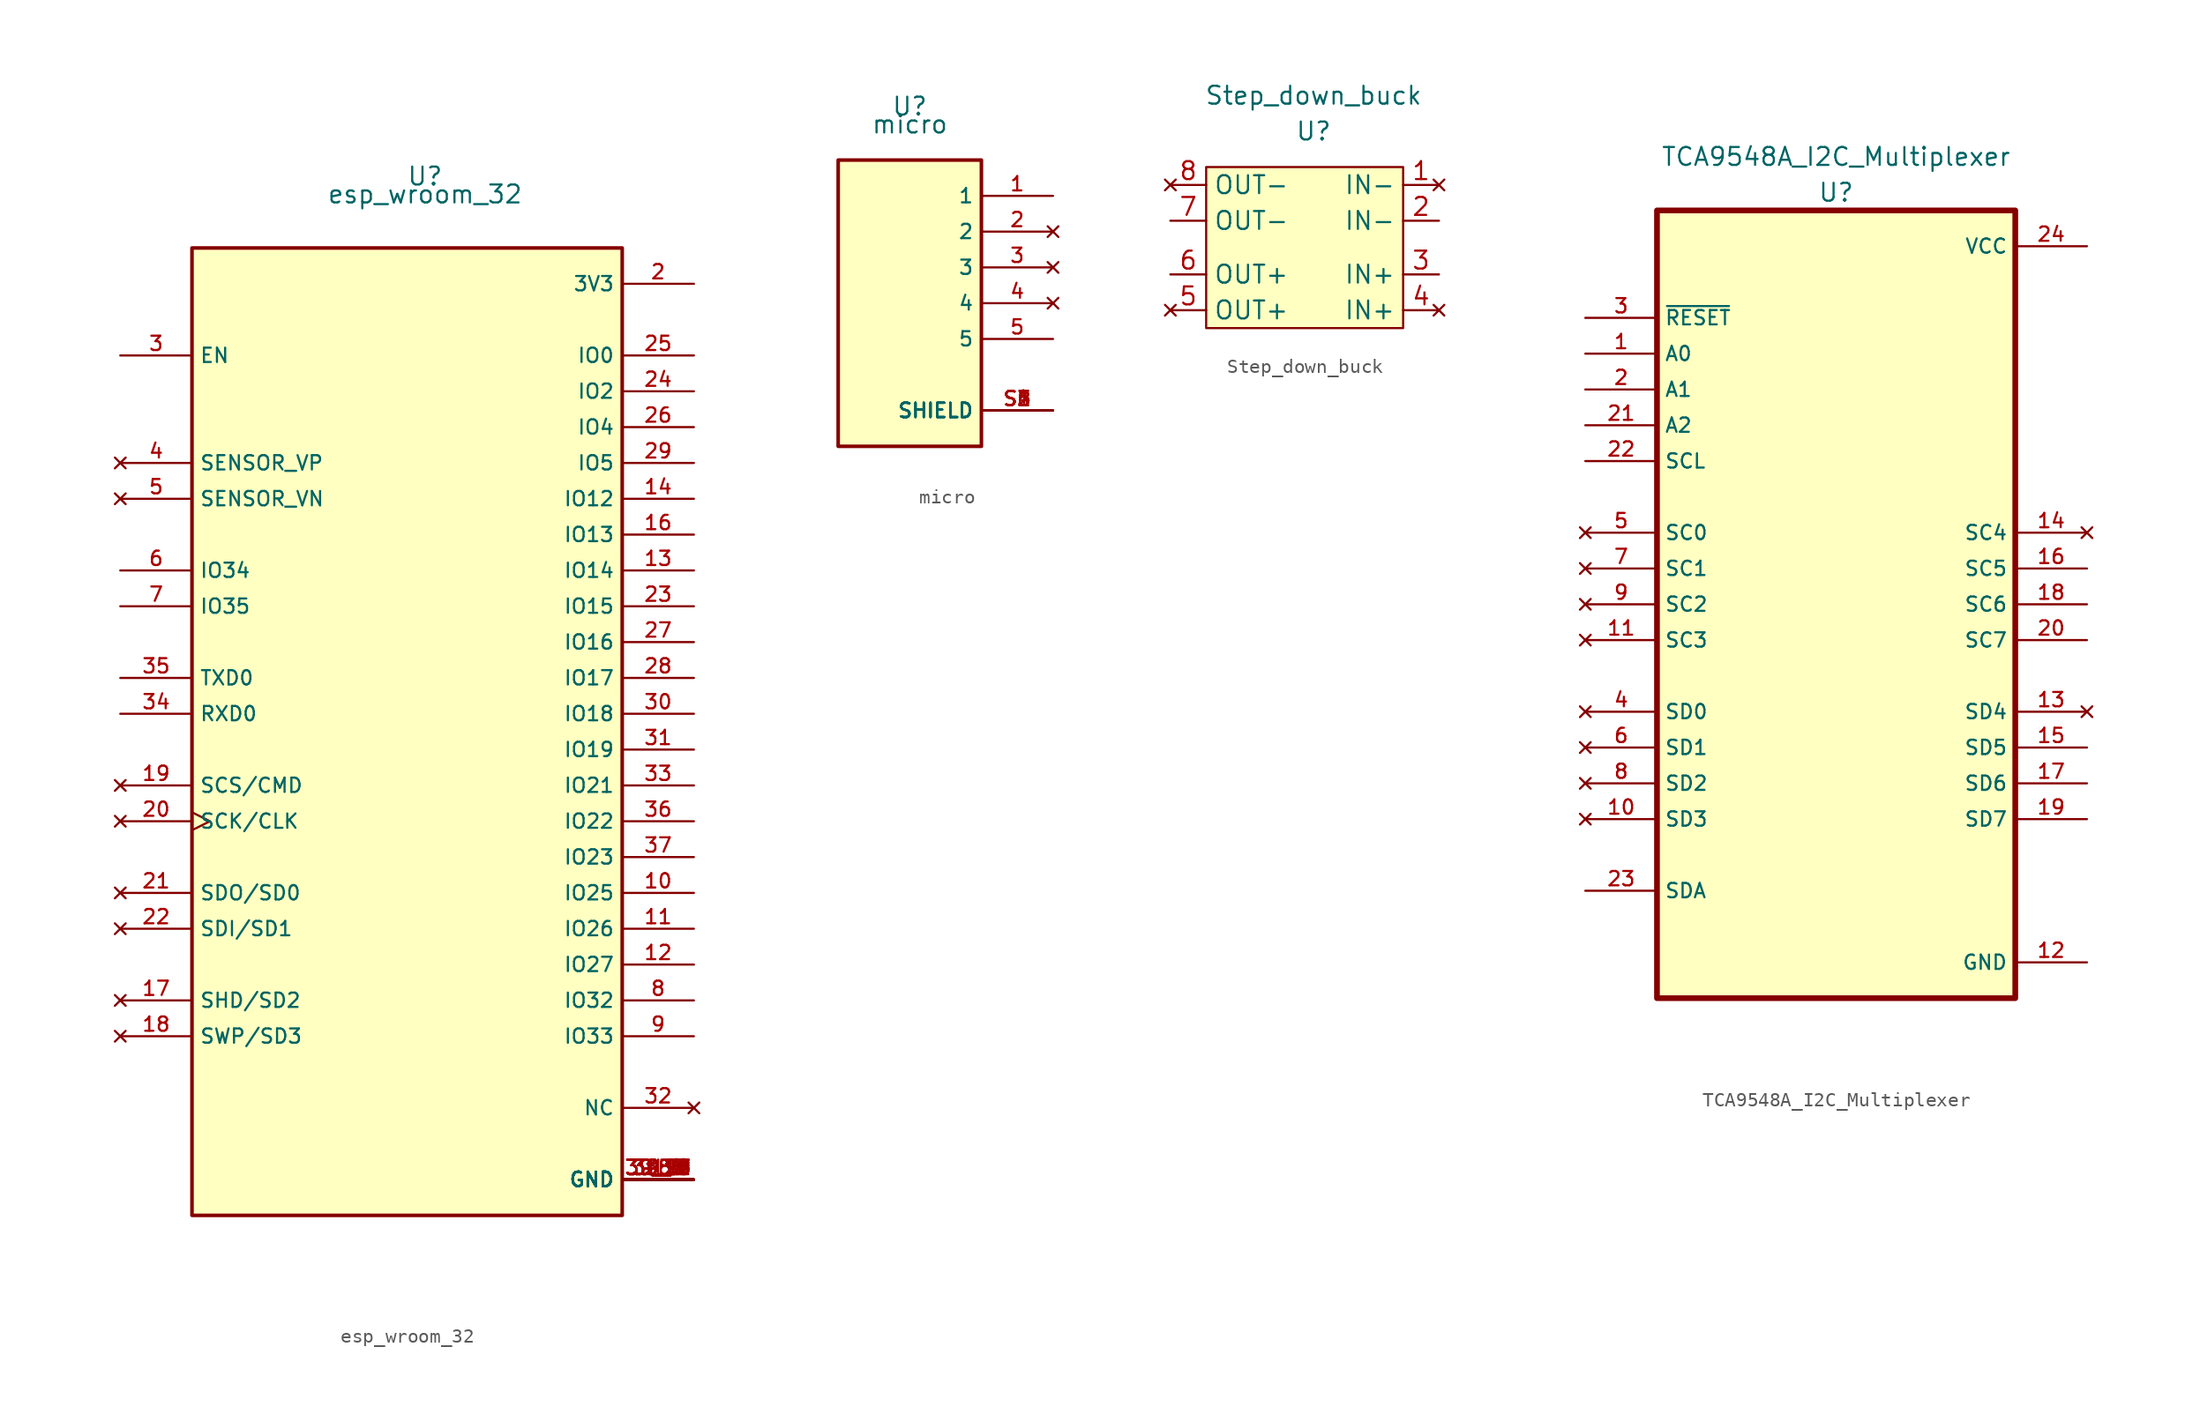
<source format=kicad_sym>
(kicad_symbol_lib
  (version 20211014)
  (generator kicad_symbol_editor)
  (symbol "esp_wroom_32"
    (property "Reference" "U"
      (at 0 1.27 0)
      (effects (font (size 1.27 1.27))))
    (property "Value" "esp_wroom_32"
      (at 0 0 0)
      (effects (font (size 1.27 1.27))))
    (symbol "esp_wroom_32_0_0"
      (rectangle (start -16.51 -72.39) (end 13.97 -3.81) (stroke (width 0.254) (type default) (color 0 0 0 0)) (fill (type background)))
      (pin power_in line (at 19.05 -69.85 180) (length 5.08) (name "GND" (effects (font (size 1.016 1.016)))) (number "1" (effects (font (size 1.016 1.016)))))
      (pin bidirectional line (at 19.05 -49.53 180) (length 5.08) (name "IO25" (effects (font (size 1.016 1.016)))) (number "10" (effects (font (size 1.016 1.016)))))
      (pin bidirectional line (at 19.05 -52.07 180) (length 5.08) (name "IO26" (effects (font (size 1.016 1.016)))) (number "11" (effects (font (size 1.016 1.016)))))
      (pin bidirectional line (at 19.05 -54.61 180) (length 5.08) (name "IO27" (effects (font (size 1.016 1.016)))) (number "12" (effects (font (size 1.016 1.016)))))
      (pin bidirectional line (at 19.05 -26.67 180) (length 5.08) (name "IO14" (effects (font (size 1.016 1.016)))) (number "13" (effects (font (size 1.016 1.016)))))
      (pin bidirectional line (at 19.05 -21.59 180) (length 5.08) (name "IO12" (effects (font (size 1.016 1.016)))) (number "14" (effects (font (size 1.016 1.016)))))
      (pin power_in line (at 19.05 -69.85 180) (length 5.08) (name "GND" (effects (font (size 1.016 1.016)))) (number "15" (effects (font (size 1.016 1.016)))))
      (pin bidirectional line (at 19.05 -24.13 180) (length 5.08) (name "IO13" (effects (font (size 1.016 1.016)))) (number "16" (effects (font (size 1.016 1.016)))))
      (pin no_connect line (at -21.59 -57.15 0) (length 5.08) (name "SHD/SD2" (effects (font (size 1.016 1.016)))) (number "17" (effects (font (size 1.016 1.016)))))
      (pin no_connect line (at -21.59 -59.69 0) (length 5.08) (name "SWP/SD3" (effects (font (size 1.016 1.016)))) (number "18" (effects (font (size 1.016 1.016)))))
      (pin no_connect line (at -21.59 -41.91 0) (length 5.08) (name "SCS/CMD" (effects (font (size 1.016 1.016)))) (number "19" (effects (font (size 1.016 1.016)))))
      (pin power_in line (at 19.05 -6.35 180) (length 5.08) (name "3V3" (effects (font (size 1.016 1.016)))) (number "2" (effects (font (size 1.016 1.016)))))
      (pin no_connect clock (at -21.59 -44.45 0) (length 5.08) (name "SCK/CLK" (effects (font (size 1.016 1.016)))) (number "20" (effects (font (size 1.016 1.016)))))
      (pin no_connect line (at -21.59 -49.53 0) (length 5.08) (name "SDO/SD0" (effects (font (size 1.016 1.016)))) (number "21" (effects (font (size 1.016 1.016)))))
      (pin no_connect line (at -21.59 -52.07 0) (length 5.08) (name "SDI/SD1" (effects (font (size 1.016 1.016)))) (number "22" (effects (font (size 1.016 1.016)))))
      (pin bidirectional line (at 19.05 -29.21 180) (length 5.08) (name "IO15" (effects (font (size 1.016 1.016)))) (number "23" (effects (font (size 1.016 1.016)))))
      (pin bidirectional line (at 19.05 -13.97 180) (length 5.08) (name "IO2" (effects (font (size 1.016 1.016)))) (number "24" (effects (font (size 1.016 1.016)))))
      (pin bidirectional line (at 19.05 -11.43 180) (length 5.08) (name "IO0" (effects (font (size 1.016 1.016)))) (number "25" (effects (font (size 1.016 1.016)))))
      (pin bidirectional line (at 19.05 -16.51 180) (length 5.08) (name "IO4" (effects (font (size 1.016 1.016)))) (number "26" (effects (font (size 1.016 1.016)))))
      (pin bidirectional line (at 19.05 -31.75 180) (length 5.08) (name "IO16" (effects (font (size 1.016 1.016)))) (number "27" (effects (font (size 1.016 1.016)))))
      (pin bidirectional line (at 19.05 -34.29 180) (length 5.08) (name "IO17" (effects (font (size 1.016 1.016)))) (number "28" (effects (font (size 1.016 1.016)))))
      (pin bidirectional line (at 19.05 -19.05 180) (length 5.08) (name "IO5" (effects (font (size 1.016 1.016)))) (number "29" (effects (font (size 1.016 1.016)))))
      (pin input line (at -21.59 -11.43 0) (length 5.08) (name "EN" (effects (font (size 1.016 1.016)))) (number "3" (effects (font (size 1.016 1.016)))))
      (pin bidirectional line (at 19.05 -36.83 180) (length 5.08) (name "IO18" (effects (font (size 1.016 1.016)))) (number "30" (effects (font (size 1.016 1.016)))))
      (pin bidirectional line (at 19.05 -39.37 180) (length 5.08) (name "IO19" (effects (font (size 1.016 1.016)))) (number "31" (effects (font (size 1.016 1.016)))))
      (pin no_connect line (at 19.05 -64.77 180) (length 5.08) (name "NC" (effects (font (size 1.016 1.016)))) (number "32" (effects (font (size 1.016 1.016)))))
      (pin bidirectional line (at 19.05 -41.91 180) (length 5.08) (name "IO21" (effects (font (size 1.016 1.016)))) (number "33" (effects (font (size 1.016 1.016)))))
      (pin bidirectional line (at -21.59 -36.83 0) (length 5.08) (name "RXD0" (effects (font (size 1.016 1.016)))) (number "34" (effects (font (size 1.016 1.016)))))
      (pin bidirectional line (at -21.59 -34.29 0) (length 5.08) (name "TXD0" (effects (font (size 1.016 1.016)))) (number "35" (effects (font (size 1.016 1.016)))))
      (pin bidirectional line (at 19.05 -44.45 180) (length 5.08) (name "IO22" (effects (font (size 1.016 1.016)))) (number "36" (effects (font (size 1.016 1.016)))))
      (pin bidirectional line (at 19.05 -46.99 180) (length 5.08) (name "IO23" (effects (font (size 1.016 1.016)))) (number "37" (effects (font (size 1.016 1.016)))))
      (pin power_in line (at 19.05 -69.85 180) (length 5.08) (name "GND" (effects (font (size 1.016 1.016)))) (number "38" (effects (font (size 1.016 1.016)))))
      (pin power_in line (at 19.05 -69.85 180) (length 5.08) (name "GND" (effects (font (size 1.016 1.016)))) (number "39_1" (effects (font (size 1.016 1.016)))))
      (pin power_in line (at 19.05 -69.85 180) (length 5.08) (name "GND" (effects (font (size 1.016 1.016)))) (number "39_10" (effects (font (size 1.016 1.016)))))
      (pin power_in line (at 19.05 -69.85 180) (length 5.08) (name "GND" (effects (font (size 1.016 1.016)))) (number "39_11" (effects (font (size 1.016 1.016)))))
      (pin power_in line (at 19.05 -69.85 180) (length 5.08) (name "GND" (effects (font (size 1.016 1.016)))) (number "39_12" (effects (font (size 1.016 1.016)))))
      (pin power_in line (at 19.05 -69.85 180) (length 5.08) (name "GND" (effects (font (size 1.016 1.016)))) (number "39_13" (effects (font (size 1.016 1.016)))))
      (pin power_in line (at 19.05 -69.85 180) (length 5.08) (name "GND" (effects (font (size 1.016 1.016)))) (number "39_14" (effects (font (size 1.016 1.016)))))
      (pin power_in line (at 19.05 -69.85 180) (length 5.08) (name "GND" (effects (font (size 1.016 1.016)))) (number "39_15" (effects (font (size 1.016 1.016)))))
      (pin power_in line (at 19.05 -69.85 180) (length 5.08) (name "GND" (effects (font (size 1.016 1.016)))) (number "39_16" (effects (font (size 1.016 1.016)))))
      (pin power_in line (at 19.05 -69.85 180) (length 5.08) (name "GND" (effects (font (size 1.016 1.016)))) (number "39_17" (effects (font (size 1.016 1.016)))))
      (pin power_in line (at 19.05 -69.85 180) (length 5.08) (name "GND" (effects (font (size 1.016 1.016)))) (number "39_18" (effects (font (size 1.016 1.016)))))
      (pin power_in line (at 19.05 -69.85 180) (length 5.08) (name "GND" (effects (font (size 1.016 1.016)))) (number "39_19" (effects (font (size 1.016 1.016)))))
      (pin power_in line (at 19.05 -69.85 180) (length 5.08) (name "GND" (effects (font (size 1.016 1.016)))) (number "39_2" (effects (font (size 1.016 1.016)))))
      (pin power_in line (at 19.05 -69.85 180) (length 5.08) (name "GND" (effects (font (size 1.016 1.016)))) (number "39_20" (effects (font (size 1.016 1.016)))))
      (pin power_in line (at 19.05 -69.85 180) (length 5.08) (name "GND" (effects (font (size 1.016 1.016)))) (number "39_21" (effects (font (size 1.016 1.016)))))
      (pin power_in line (at 19.05 -69.85 180) (length 5.08) (name "GND" (effects (font (size 1.016 1.016)))) (number "39_3" (effects (font (size 1.016 1.016)))))
      (pin power_in line (at 19.05 -69.85 180) (length 5.08) (name "GND" (effects (font (size 1.016 1.016)))) (number "39_4" (effects (font (size 1.016 1.016)))))
      (pin power_in line (at 19.05 -69.85 180) (length 5.08) (name "GND" (effects (font (size 1.016 1.016)))) (number "39_5" (effects (font (size 1.016 1.016)))))
      (pin power_in line (at 19.05 -69.85 180) (length 5.08) (name "GND" (effects (font (size 1.016 1.016)))) (number "39_6" (effects (font (size 1.016 1.016)))))
      (pin power_in line (at 19.05 -69.85 180) (length 5.08) (name "GND" (effects (font (size 1.016 1.016)))) (number "39_7" (effects (font (size 1.016 1.016)))))
      (pin power_in line (at 19.05 -69.85 180) (length 5.08) (name "GND" (effects (font (size 1.016 1.016)))) (number "39_8" (effects (font (size 1.016 1.016)))))
      (pin power_in line (at 19.05 -69.85 180) (length 5.08) (name "GND" (effects (font (size 1.016 1.016)))) (number "39_9" (effects (font (size 1.016 1.016)))))
      (pin no_connect line (at -21.59 -19.05 0) (length 5.08) (name "SENSOR_VP" (effects (font (size 1.016 1.016)))) (number "4" (effects (font (size 1.016 1.016)))))
      (pin no_connect line (at -21.59 -21.59 0) (length 5.08) (name "SENSOR_VN" (effects (font (size 1.016 1.016)))) (number "5" (effects (font (size 1.016 1.016)))))
      (pin bidirectional line (at -21.59 -26.67 0) (length 5.08) (name "IO34" (effects (font (size 1.016 1.016)))) (number "6" (effects (font (size 1.016 1.016)))))
      (pin bidirectional line (at -21.59 -29.21 0) (length 5.08) (name "IO35" (effects (font (size 1.016 1.016)))) (number "7" (effects (font (size 1.016 1.016)))))
      (pin bidirectional line (at 19.05 -57.15 180) (length 5.08) (name "IO32" (effects (font (size 1.016 1.016)))) (number "8" (effects (font (size 1.016 1.016)))))
      (pin bidirectional line (at 19.05 -59.69 180) (length 5.08) (name "IO33" (effects (font (size 1.016 1.016)))) (number "9" (effects (font (size 1.016 1.016)))))))
  (symbol "micro"
    (property "Reference" "U"
      (at 0 1.27 0)
      (effects (font (size 1.27 1.27))))
    (property "Value" "micro"
      (at 0 0 0)
      (effects (font (size 1.27 1.27))))
    (symbol "micro_0_0"
      (rectangle (start -5.08 -22.86) (end 5.08 -2.54) (stroke (width 0.254) (type default) (color 0 0 0 0)) (fill (type background)))
      (pin passive line (at 10.16 -5.08 180) (length 5.08) (name "1" (effects (font (size 1.016 1.016)))) (number "1" (effects (font (size 1.016 1.016)))))
      (pin no_connect line (at 10.16 -7.62 180) (length 5.08) (name "2" (effects (font (size 1.016 1.016)))) (number "2" (effects (font (size 1.016 1.016)))))
      (pin no_connect line (at 10.16 -10.16 180) (length 5.08) (name "3" (effects (font (size 1.016 1.016)))) (number "3" (effects (font (size 1.016 1.016)))))
      (pin no_connect line (at 10.16 -12.7 180) (length 5.08) (name "4" (effects (font (size 1.016 1.016)))) (number "4" (effects (font (size 1.016 1.016)))))
      (pin passive line (at 10.16 -15.24 180) (length 5.08) (name "5" (effects (font (size 1.016 1.016)))) (number "5" (effects (font (size 1.016 1.016)))))
      (pin passive line (at 10.16 -20.32 180) (length 5.08) (name "SHIELD" (effects (font (size 1.016 1.016)))) (number "S1" (effects (font (size 1.016 1.016)))))
      (pin passive line (at 10.16 -20.32 180) (length 5.08) (name "SHIELD" (effects (font (size 1.016 1.016)))) (number "S2" (effects (font (size 1.016 1.016)))))
      (pin passive line (at 10.16 -20.32 180) (length 5.08) (name "SHIELD" (effects (font (size 1.016 1.016)))) (number "S3" (effects (font (size 1.016 1.016)))))
      (pin passive line (at 10.16 -20.32 180) (length 5.08) (name "SHIELD" (effects (font (size 1.016 1.016)))) (number "S4" (effects (font (size 1.016 1.016)))))
      (pin passive line (at 10.16 -20.32 180) (length 5.08) (name "SHIELD" (effects (font (size 1.016 1.016)))) (number "S5" (effects (font (size 1.016 1.016)))))
      (pin passive line (at 10.16 -20.32 180) (length 5.08) (name "SHIELD" (effects (font (size 1.016 1.016)))) (number "S6" (effects (font (size 1.016 1.016)))))))
  (symbol "Step_down_buck"
    (property "Reference" "U"
      (at 0 0 0)
      (effects (font (size 1.27 1.27))))
    (property "Value" "Step_down_buck"
      (at 0 2.54 0)
      (effects (font (size 1.27 1.27))))
    (symbol "Step_down_buck_0_1"
      (rectangle (start -7.62 -2.54) (end 6.35 -13.97) (stroke (width 0) (type default) (color 0 0 0 0)) (fill (type background))))
    (symbol "Step_down_buck_1_1"
      (pin no_connect line (at 8.89 -3.81 180) (length 2.54) (name "IN-" (effects (font (size 1.27 1.27)))) (number "1" (effects (font (size 1.27 1.27)))))
      (pin power_out line (at 8.89 -6.35 180) (length 2.54) (name "IN-" (effects (font (size 1.27 1.27)))) (number "2" (effects (font (size 1.27 1.27)))))
      (pin power_in line (at 8.89 -10.16 180) (length 2.54) (name "IN+" (effects (font (size 1.27 1.27)))) (number "3" (effects (font (size 1.27 1.27)))))
      (pin no_connect line (at 8.89 -12.7 180) (length 2.54) (name "IN+" (effects (font (size 1.27 1.27)))) (number "4" (effects (font (size 1.27 1.27)))))
      (pin no_connect line (at -10.16 -12.7 0) (length 2.54) (name "OUT+" (effects (font (size 1.27 1.27)))) (number "5" (effects (font (size 1.27 1.27)))))
      (pin power_out line (at -10.16 -10.16 0) (length 2.54) (name "OUT+" (effects (font (size 1.27 1.27)))) (number "6" (effects (font (size 1.27 1.27)))))
      (pin power_out line (at -10.16 -6.35 0) (length 2.54) (name "OUT-" (effects (font (size 1.27 1.27)))) (number "7" (effects (font (size 1.27 1.27)))))
      (pin no_connect line (at -10.16 -3.81 0) (length 2.54) (name "OUT-" (effects (font (size 1.27 1.27)))) (number "8" (effects (font (size 1.27 1.27)))))))
  (symbol "TCA9548A_I2C_Multiplexer"
    (property "Reference" "U"
      (at 0 0 0)
      (effects (font (size 1.27 1.27))))
    (property "Value" "TCA9548A_I2C_Multiplexer"
      (at 0 2.54 0)
      (effects (font (size 1.27 1.27))))
    (symbol "TCA9548A_I2C_Multiplexer_0_0"
      (rectangle (start -12.7 -57.15) (end 12.7 -1.27) (stroke (width 0.406) (type default) (color 0 0 0 0)) (fill (type background)))
      (pin input line (at -17.78 -11.43 0) (length 5.08) (name "A0" (effects (font (size 1.016 1.016)))) (number "1" (effects (font (size 1.016 1.016)))))
      (pin no_connect line (at -17.78 -44.45 0) (length 5.08) (name "SD3" (effects (font (size 1.016 1.016)))) (number "10" (effects (font (size 1.016 1.016)))))
      (pin no_connect line (at -17.78 -31.75 0) (length 5.08) (name "SC3" (effects (font (size 1.016 1.016)))) (number "11" (effects (font (size 1.016 1.016)))))
      (pin power_in line (at 17.78 -54.61 180) (length 5.08) (name "GND" (effects (font (size 1.016 1.016)))) (number "12" (effects (font (size 1.016 1.016)))))
      (pin no_connect line (at 17.78 -36.83 180) (length 5.08) (name "SD4" (effects (font (size 1.016 1.016)))) (number "13" (effects (font (size 1.016 1.016)))))
      (pin no_connect line (at 17.78 -24.13 180) (length 5.08) (name "SC4" (effects (font (size 1.016 1.016)))) (number "14" (effects (font (size 1.016 1.016)))))
      (pin bidirectional line (at 17.78 -39.37 180) (length 5.08) (name "SD5" (effects (font (size 1.016 1.016)))) (number "15" (effects (font (size 1.016 1.016)))))
      (pin bidirectional line (at 17.78 -26.67 180) (length 5.08) (name "SC5" (effects (font (size 1.016 1.016)))) (number "16" (effects (font (size 1.016 1.016)))))
      (pin bidirectional line (at 17.78 -41.91 180) (length 5.08) (name "SD6" (effects (font (size 1.016 1.016)))) (number "17" (effects (font (size 1.016 1.016)))))
      (pin bidirectional line (at 17.78 -29.21 180) (length 5.08) (name "SC6" (effects (font (size 1.016 1.016)))) (number "18" (effects (font (size 1.016 1.016)))))
      (pin bidirectional line (at 17.78 -44.45 180) (length 5.08) (name "SD7" (effects (font (size 1.016 1.016)))) (number "19" (effects (font (size 1.016 1.016)))))
      (pin input line (at -17.78 -13.97 0) (length 5.08) (name "A1" (effects (font (size 1.016 1.016)))) (number "2" (effects (font (size 1.016 1.016)))))
      (pin bidirectional line (at 17.78 -31.75 180) (length 5.08) (name "SC7" (effects (font (size 1.016 1.016)))) (number "20" (effects (font (size 1.016 1.016)))))
      (pin input line (at -17.78 -16.51 0) (length 5.08) (name "A2" (effects (font (size 1.016 1.016)))) (number "21" (effects (font (size 1.016 1.016)))))
      (pin input line (at -17.78 -19.05 0) (length 5.08) (name "SCL" (effects (font (size 1.016 1.016)))) (number "22" (effects (font (size 1.016 1.016)))))
      (pin bidirectional line (at -17.78 -49.53 0) (length 5.08) (name "SDA" (effects (font (size 1.016 1.016)))) (number "23" (effects (font (size 1.016 1.016)))))
      (pin power_in line (at 17.78 -3.81 180) (length 5.08) (name "VCC" (effects (font (size 1.016 1.016)))) (number "24" (effects (font (size 1.016 1.016)))))
      (pin input line (at -17.78 -8.89 0) (length 5.08) (name "~{RESET}" (effects (font (size 1.016 1.016)))) (number "3" (effects (font (size 1.016 1.016)))))
      (pin no_connect line (at -17.78 -36.83 0) (length 5.08) (name "SD0" (effects (font (size 1.016 1.016)))) (number "4" (effects (font (size 1.016 1.016)))))
      (pin no_connect line (at -17.78 -24.13 0) (length 5.08) (name "SC0" (effects (font (size 1.016 1.016)))) (number "5" (effects (font (size 1.016 1.016)))))
      (pin no_connect line (at -17.78 -39.37 0) (length 5.08) (name "SD1" (effects (font (size 1.016 1.016)))) (number "6" (effects (font (size 1.016 1.016)))))
      (pin no_connect line (at -17.78 -26.67 0) (length 5.08) (name "SC1" (effects (font (size 1.016 1.016)))) (number "7" (effects (font (size 1.016 1.016)))))
      (pin no_connect line (at -17.78 -41.91 0) (length 5.08) (name "SD2" (effects (font (size 1.016 1.016)))) (number "8" (effects (font (size 1.016 1.016)))))
      (pin no_connect line (at -17.78 -29.21 0) (length 5.08) (name "SC2" (effects (font (size 1.016 1.016)))) (number "9" (effects (font (size 1.016 1.016))))))))
</source>
